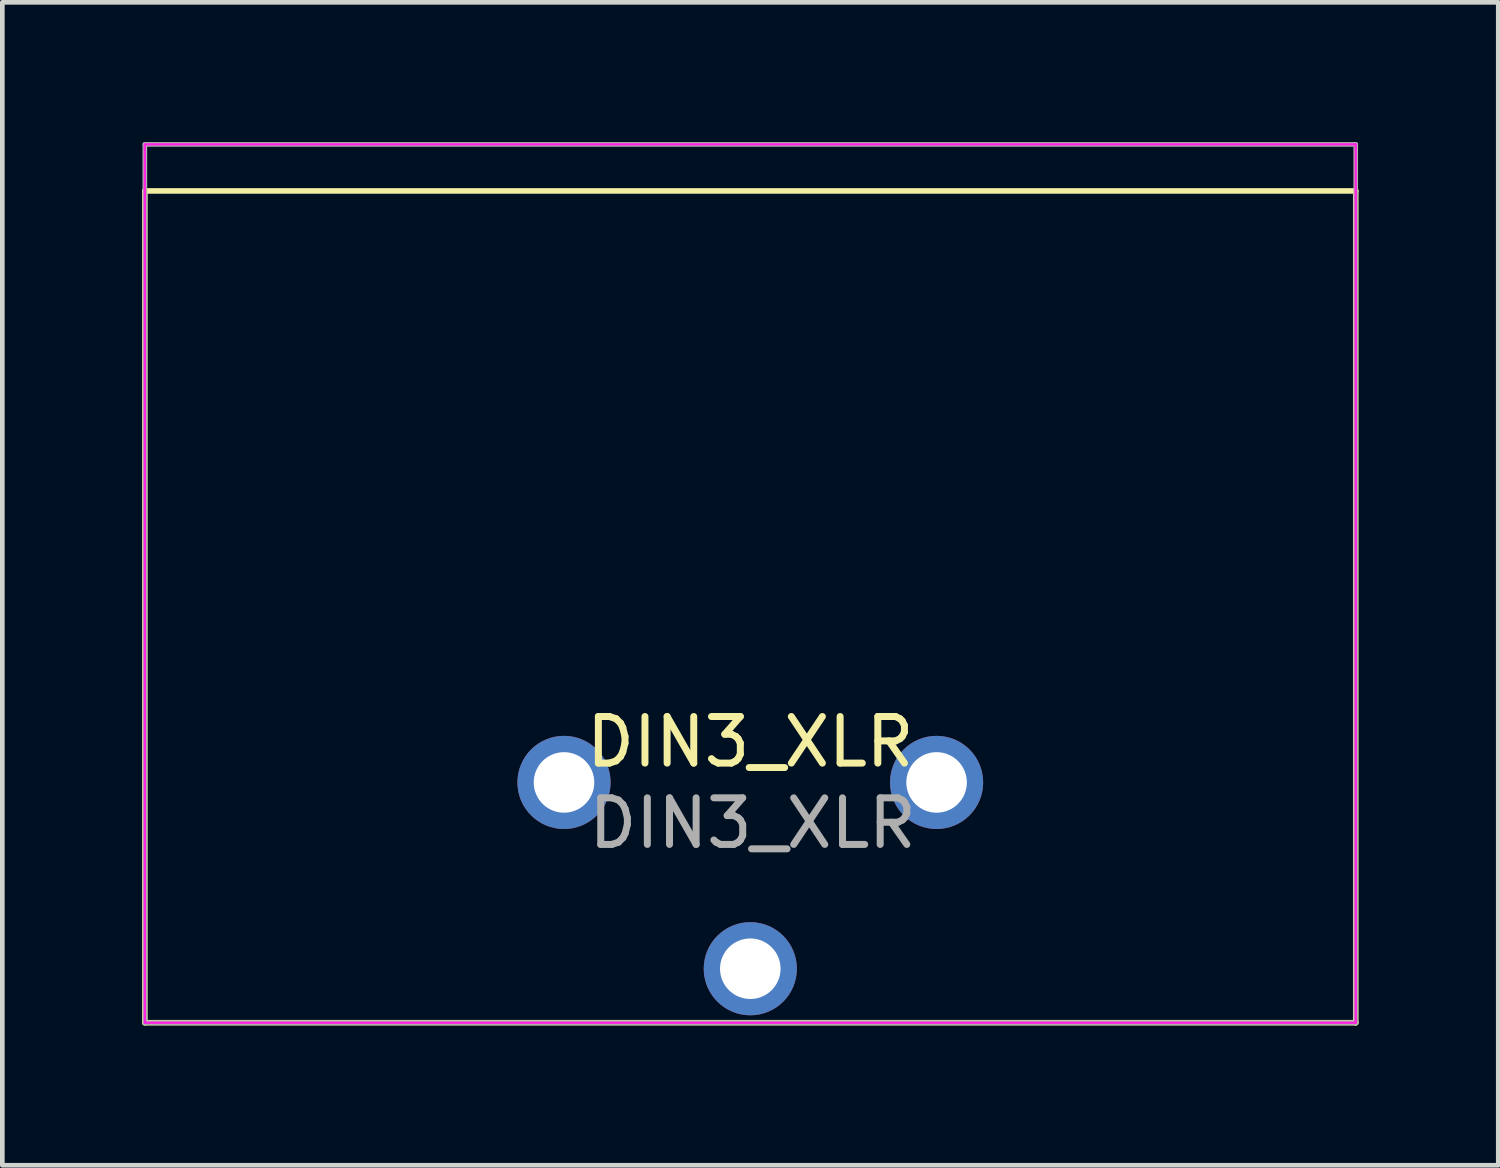
<source format=kicad_pcb>
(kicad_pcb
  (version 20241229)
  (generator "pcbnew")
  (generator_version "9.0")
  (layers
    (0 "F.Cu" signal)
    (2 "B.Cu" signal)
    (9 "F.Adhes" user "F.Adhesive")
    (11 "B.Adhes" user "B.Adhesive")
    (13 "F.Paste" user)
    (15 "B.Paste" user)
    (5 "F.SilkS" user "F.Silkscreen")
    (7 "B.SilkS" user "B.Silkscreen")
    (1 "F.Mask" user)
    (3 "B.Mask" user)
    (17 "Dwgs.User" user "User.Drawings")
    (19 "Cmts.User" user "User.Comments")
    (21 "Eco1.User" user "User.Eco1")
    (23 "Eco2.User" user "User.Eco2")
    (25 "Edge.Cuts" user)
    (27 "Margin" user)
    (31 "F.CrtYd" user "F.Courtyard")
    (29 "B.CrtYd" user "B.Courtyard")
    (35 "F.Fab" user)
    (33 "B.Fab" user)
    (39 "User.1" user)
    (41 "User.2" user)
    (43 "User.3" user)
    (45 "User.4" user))
  (footprint "DIN3_XLR"
    (layer "F.Cu")
    (at 13.06 15.21)
    (property "Reference" "DIN3_XLR" (at 0 -2.33 0) (layer "F.SilkS") (effects (font (size 1 1) (thickness 0.15))))
    (attr through_hole)
    (fp_line (start -13 -14.16) (end -13 3.7) (stroke (width 0.12) (type solid)) (layer "F.SilkS"))
    (fp_line (start -13 -14.16) (end 13 -14.16) (stroke (width 0.12) (type solid)) (layer "F.SilkS"))
    (fp_line (start -13 3.7) (end 13 3.7) (stroke (width 0.12) (type solid)) (layer "F.SilkS"))
    (fp_line (start 13 -14.16) (end 13 3.7) (stroke (width 0.12) (type solid)) (layer "F.SilkS"))
    (fp_line (start -13 -15.16) (end -13 3.7) (stroke (width 0.05) (type solid)) (layer "F.CrtYd"))
    (fp_line (start -13 -15.16) (end 13 -15.16) (stroke (width 0.05) (type solid)) (layer "F.CrtYd"))
    (fp_line (start -13 3.7) (end 13 3.7) (stroke (width 0.05) (type solid)) (layer "F.CrtYd"))
    (fp_line (start 13 -15.16) (end 13 3.7) (stroke (width 0.05) (type solid)) (layer "F.CrtYd"))
    (fp_line (start -13 -15.16) (end -13 3.7) (stroke (width 0.1) (type solid)) (layer "F.Fab"))
    (fp_line (start -13 -15.16) (end 13 -15.16) (stroke (width 0.1) (type solid)) (layer "F.Fab"))
    (fp_line (start -13 3.7) (end 13 3.7) (stroke (width 0.1) (type solid)) (layer "F.Fab"))
    (fp_line (start 13 -15.16) (end 13 3.7) (stroke (width 0.1) (type solid)) (layer "F.Fab"))
    (fp_text user "${REFERENCE}" (at 0.051 -0.584 0) (layer "F.Fab") (effects (font (size 1 1) (thickness 0.15))))
    (pad "1" thru_hole circle (at -4 -1.46) (size 2 2) (drill 1.3) (layers "*.Cu" "*.Mask"))
    (pad "2" thru_hole circle (at 4 -1.46) (size 2 2) (drill 1.3) (layers "*.Cu" "*.Mask"))
    (pad "3" thru_hole circle (at 0 2.54) (size 2 2) (drill 1.3) (layers "*.Cu" "*.Mask")))
  (gr_rect
    (start -3 -3)
    (end 29.12 21.97)
    (stroke (width 0.1) (type default))
    (fill no)
    (layer "Edge.Cuts")))
</source>
